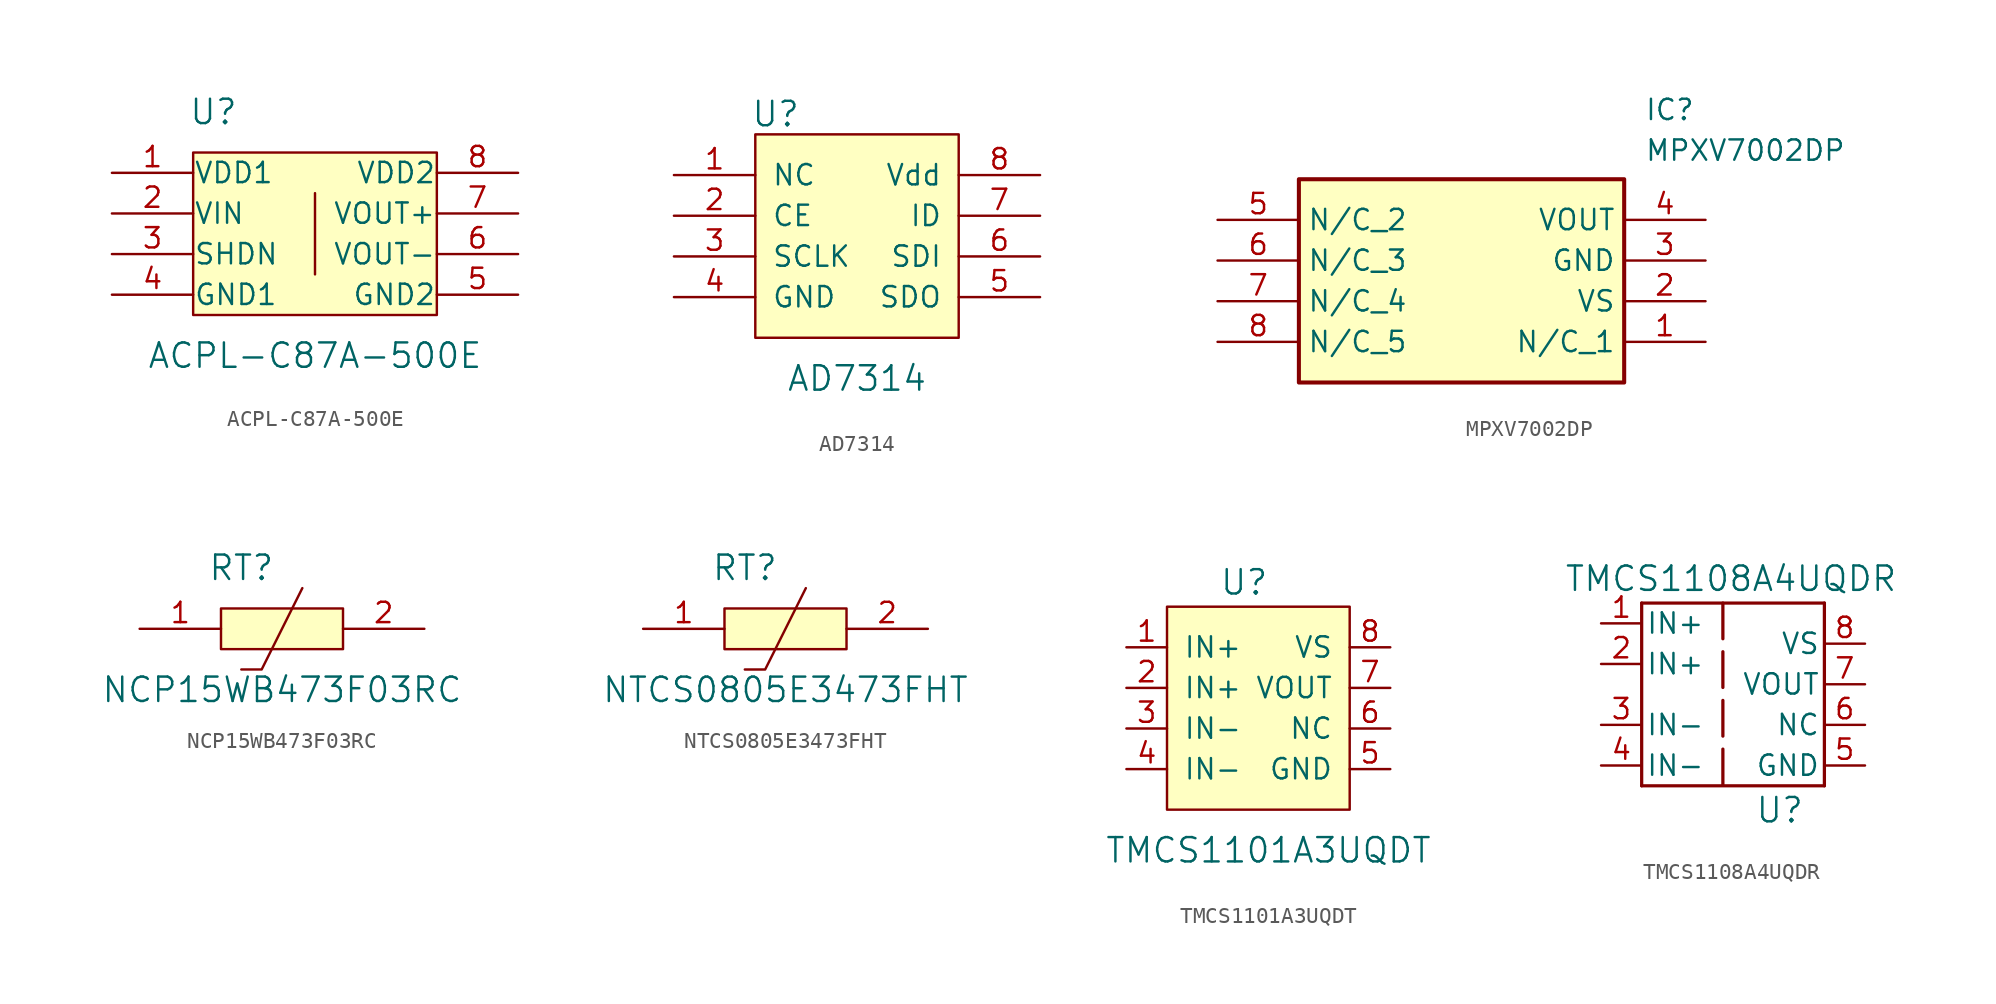
<source format=kicad_sym>
(kicad_symbol_lib
  (version 20231120)
  (generator "kicad_symbol_editor")
  (generator_version "8.0")
  (symbol "ACPL-C87A-500E"
    (pin_names
      (offset 0.025))
    (property "Reference" "U"
      (at -6.35 12.7 0)
      (effects (font (size 1.524 1.524))))
    (property "Value" "ACPL-C87A-500E"
      (at 0 -2.54 0)
      (effects (font (size 1.524 1.524))))
    (symbol "ACPL-C87A-500E_0_1"
      (rectangle (start -7.62 10.16) (end 7.62 0) (stroke (width 0) (type default)) (fill (type background)))
      (polyline (pts (xy 0 7.62) (xy 0 2.54)) (stroke (width 0) (type default)) (fill (type none))))
    (symbol "ACPL-C87A-500E_1_1"
      (pin input line (at -12.7 8.89 0) (length 5.08) (name "VDD1" (effects (font (size 1.27 1.27)))) (number "1" (effects (font (size 1.27 1.27)))))
      (pin input line (at -12.7 6.35 0) (length 5.08) (name "VIN" (effects (font (size 1.27 1.27)))) (number "2" (effects (font (size 1.27 1.27)))))
      (pin input line (at -12.7 3.81 0) (length 5.08) (name "SHDN" (effects (font (size 1.27 1.27)))) (number "3" (effects (font (size 1.27 1.27)))))
      (pin input line (at -12.7 1.27 0) (length 5.08) (name "GND1" (effects (font (size 1.27 1.27)))) (number "4" (effects (font (size 1.27 1.27)))))
      (pin input line (at 12.7 1.27 180) (length 5.08) (name "GND2" (effects (font (size 1.27 1.27)))) (number "5" (effects (font (size 1.27 1.27)))))
      (pin input line (at 12.7 3.81 180) (length 5.08) (name "VOUT-" (effects (font (size 1.27 1.27)))) (number "6" (effects (font (size 1.27 1.27)))))
      (pin input line (at 12.7 6.35 180) (length 5.08) (name "VOUT+" (effects (font (size 1.27 1.27)))) (number "7" (effects (font (size 1.27 1.27)))))
      (pin input line (at 12.7 8.89 180) (length 5.08) (name "VDD2" (effects (font (size 1.27 1.27)))) (number "8" (effects (font (size 1.27 1.27)))))))
  (symbol "AD7314"
    (pin_names
      (offset 1.016))
    (property "Reference" "U"
      (at -5.08 13.97 0)
      (effects (font (size 1.524 1.524))))
    (property "Value" "AD7314"
      (at 0 -2.54 0)
      (effects (font (size 1.524 1.524))))
    (symbol "AD7314_0_1"
      (rectangle (start -6.35 12.7) (end 6.35 0) (stroke (width 0) (type default)) (fill (type background))))
    (symbol "AD7314_1_1"
      (pin input line (at -11.43 10.16 0) (length 5.08) (name "NC" (effects (font (size 1.27 1.27)))) (number "1" (effects (font (size 1.27 1.27)))))
      (pin input line (at -11.43 7.62 0) (length 5.08) (name "CE" (effects (font (size 1.27 1.27)))) (number "2" (effects (font (size 1.27 1.27)))))
      (pin input line (at -11.43 5.08 0) (length 5.08) (name "SCLK" (effects (font (size 1.27 1.27)))) (number "3" (effects (font (size 1.27 1.27)))))
      (pin input line (at -11.43 2.54 0) (length 5.08) (name "GND" (effects (font (size 1.27 1.27)))) (number "4" (effects (font (size 1.27 1.27)))))
      (pin input line (at 11.43 2.54 180) (length 5.08) (name "SDO" (effects (font (size 1.27 1.27)))) (number "5" (effects (font (size 1.27 1.27)))))
      (pin input line (at 11.43 5.08 180) (length 5.08) (name "SDI" (effects (font (size 1.27 1.27)))) (number "6" (effects (font (size 1.27 1.27)))))
      (pin input line (at 11.43 7.62 180) (length 5.08) (name "ID" (effects (font (size 1.27 1.27)))) (number "7" (effects (font (size 1.27 1.27)))))
      (pin input line (at 11.43 10.16 180) (length 5.08) (name "Vdd" (effects (font (size 1.27 1.27)))) (number "8" (effects (font (size 1.27 1.27)))))))
  (symbol "MPXV7002DP"
    (property "Reference" "IC"
      (at 26.67 7.62 0)
      (effects (font (size 1.27 1.27)) (justify left top)))
    (property "Value" "MPXV7002DP"
      (at 26.67 5.08 0)
      (effects (font (size 1.27 1.27)) (justify left top)))
    (symbol "MPXV7002DP_1_1"
      (rectangle (start 5.08 2.54) (end 25.4 -10.16) (stroke (width 0.254) (type default)) (fill (type background)))
      (pin passive line (at 30.48 -7.62 180) (length 5.08) (name "N/C_1" (effects (font (size 1.27 1.27)))) (number "1" (effects (font (size 1.27 1.27)))))
      (pin passive line (at 30.48 -5.08 180) (length 5.08) (name "VS" (effects (font (size 1.27 1.27)))) (number "2" (effects (font (size 1.27 1.27)))))
      (pin passive line (at 30.48 -2.54 180) (length 5.08) (name "GND" (effects (font (size 1.27 1.27)))) (number "3" (effects (font (size 1.27 1.27)))))
      (pin passive line (at 30.48 0 180) (length 5.08) (name "VOUT" (effects (font (size 1.27 1.27)))) (number "4" (effects (font (size 1.27 1.27)))))
      (pin passive line (at 0 0 0) (length 5.08) (name "N/C_2" (effects (font (size 1.27 1.27)))) (number "5" (effects (font (size 1.27 1.27)))))
      (pin passive line (at 0 -2.54 0) (length 5.08) (name "N/C_3" (effects (font (size 1.27 1.27)))) (number "6" (effects (font (size 1.27 1.27)))))
      (pin passive line (at 0 -5.08 0) (length 5.08) (name "N/C_4" (effects (font (size 1.27 1.27)))) (number "7" (effects (font (size 1.27 1.27)))))
      (pin passive line (at 0 -7.62 0) (length 5.08) (name "N/C_5" (effects (font (size 1.27 1.27)))) (number "8" (effects (font (size 1.27 1.27)))))))
  (symbol "NCP15WB473F03RC"
    (pin_names
      (offset 1.016))
    (property "Reference" "RT"
      (at -2.54 5.08 0)
      (effects (font (size 1.524 1.524))))
    (property "Value" "NCP15WB473F03RC"
      (at 0 -2.54 0)
      (effects (font (size 1.524 1.524))))
    (symbol "NCP15WB473F03RC_0_1"
      (rectangle (start -3.81 0) (end 3.81 2.54) (stroke (width 0) (type default)) (fill (type background)))
      (polyline (pts (xy -2.54 -1.27) (xy -1.27 -1.27) (xy 1.27 3.81)) (stroke (width 0) (type default)) (fill (type none))))
    (symbol "NCP15WB473F03RC_1_1"
      (pin input line (at -8.89 1.27 0) (length 5.08) (name "~" (effects (font (size 1.27 1.27)))) (number "1" (effects (font (size 1.27 1.27)))))
      (pin input line (at 8.89 1.27 180) (length 5.08) (name "~" (effects (font (size 1.27 1.27)))) (number "2" (effects (font (size 1.27 1.27)))))))
  (symbol "NTCS0805E3473FHT"
    (pin_names
      (offset 1.016))
    (property "Reference" "RT"
      (at -2.54 5.08 0)
      (effects (font (size 1.524 1.524))))
    (property "Value" "NTCS0805E3473FHT"
      (at 0 -2.54 0)
      (effects (font (size 1.524 1.524))))
    (symbol "NTCS0805E3473FHT_0_1"
      (rectangle (start -3.81 0) (end 3.81 2.54) (stroke (width 0) (type default)) (fill (type background)))
      (polyline (pts (xy -2.54 -1.27) (xy -1.27 -1.27) (xy 1.27 3.81)) (stroke (width 0) (type default)) (fill (type none))))
    (symbol "NTCS0805E3473FHT_1_1"
      (pin input line (at -8.89 1.27 0) (length 5.08) (name "~" (effects (font (size 1.27 1.27)))) (number "1" (effects (font (size 1.27 1.27)))))
      (pin input line (at 8.89 1.27 180) (length 5.08) (name "~" (effects (font (size 1.27 1.27)))) (number "2" (effects (font (size 1.27 1.27)))))))
  (symbol "TMCS1101A3UQDT"
    (pin_names
      (offset 1.016))
    (property "Reference" "U"
      (at -1.524 14.224 0)
      (effects (font (size 1.524 1.524))))
    (property "Value" "TMCS1101A3UQDT"
      (at 0 -2.54 0)
      (effects (font (size 1.524 1.524))))
    (symbol "TMCS1101A3UQDT_0_1"
      (rectangle (start -6.35 12.7) (end 5.08 0) (stroke (width 0) (type default)) (fill (type background))))
    (symbol "TMCS1101A3UQDT_1_1"
      (pin input line (at -8.89 10.16 0) (length 2.54) (name "IN+" (effects (font (size 1.27 1.27)))) (number "1" (effects (font (size 1.27 1.27)))))
      (pin input line (at -8.89 7.62 0) (length 2.54) (name "IN+" (effects (font (size 1.27 1.27)))) (number "2" (effects (font (size 1.27 1.27)))))
      (pin input line (at -8.89 5.08 0) (length 2.54) (name "IN-" (effects (font (size 1.27 1.27)))) (number "3" (effects (font (size 1.27 1.27)))))
      (pin input line (at -8.89 2.54 0) (length 2.54) (name "IN-" (effects (font (size 1.27 1.27)))) (number "4" (effects (font (size 1.27 1.27)))))
      (pin input line (at 7.62 2.54 180) (length 2.54) (name "GND" (effects (font (size 1.27 1.27)))) (number "5" (effects (font (size 1.27 1.27)))))
      (pin input line (at 7.62 5.08 180) (length 2.54) (name "NC" (effects (font (size 1.27 1.27)))) (number "6" (effects (font (size 1.27 1.27)))))
      (pin input line (at 7.62 7.62 180) (length 2.54) (name "VOUT" (effects (font (size 1.27 1.27)))) (number "7" (effects (font (size 1.27 1.27)))))
      (pin input line (at 7.62 10.16 180) (length 2.54) (name "VS" (effects (font (size 1.27 1.27)))) (number "8" (effects (font (size 1.27 1.27)))))))
  (symbol "TMCS1108A4UQDR"
    (pin_names
      (offset 0.254))
    (property "Reference" "U"
      (at 16.256 -7.874 0)
      (effects (font (size 1.524 1.524))))
    (property "Value" "TMCS1108A4UQDR"
      (at 13.208 6.604 0)
      (effects (font (size 1.524 1.524))))
    (symbol "TMCS1108A4UQDR_0_1"
      (polyline (pts (xy 7.62 -6.35) (xy 19.05 -6.35)) (stroke (width 0.203) (type default)) (fill (type none)))
      (polyline (pts (xy 7.62 5.08) (xy 7.62 -6.35)) (stroke (width 0.203) (type default)) (fill (type none)))
      (polyline (pts (xy 12.7 5.08) (xy 12.7 -6.35)) (stroke (width 0.203) (type dash)) (fill (type none)))
      (polyline (pts (xy 19.05 -6.35) (xy 19.05 5.08)) (stroke (width 0.203) (type default)) (fill (type none)))
      (polyline (pts (xy 19.05 5.08) (xy 7.62 5.08)) (stroke (width 0.203) (type default)) (fill (type none))))
    (symbol "TMCS1108A4UQDR_1_1"
      (pin unspecified line (at 5.08 3.81 0) (length 2.54) (name "IN+" (effects (font (size 1.27 1.27)))) (number "1" (effects (font (size 1.27 1.27)))))
      (pin unspecified line (at 5.08 1.27 0) (length 2.54) (name "IN+" (effects (font (size 1.27 1.27)))) (number "2" (effects (font (size 1.27 1.27)))))
      (pin unspecified line (at 5.08 -2.54 0) (length 2.54) (name "IN-" (effects (font (size 1.27 1.27)))) (number "3" (effects (font (size 1.27 1.27)))))
      (pin unspecified line (at 5.08 -5.08 0) (length 2.54) (name "IN-" (effects (font (size 1.27 1.27)))) (number "4" (effects (font (size 1.27 1.27)))))
      (pin power_in line (at 21.59 -5.08 180) (length 2.54) (name "GND" (effects (font (size 1.27 1.27)))) (number "5" (effects (font (size 1.27 1.27)))))
      (pin unspecified line (at 21.59 -2.54 180) (length 2.54) (name "NC" (effects (font (size 1.27 1.27)))) (number "6" (effects (font (size 1.27 1.27)))))
      (pin unspecified line (at 21.59 0 180) (length 2.54) (name "VOUT" (effects (font (size 1.27 1.27)))) (number "7" (effects (font (size 1.27 1.27)))))
      (pin power_in line (at 21.59 2.54 180) (length 2.54) (name "VS" (effects (font (size 1.27 1.27)))) (number "8" (effects (font (size 1.27 1.27))))))))
</source>
